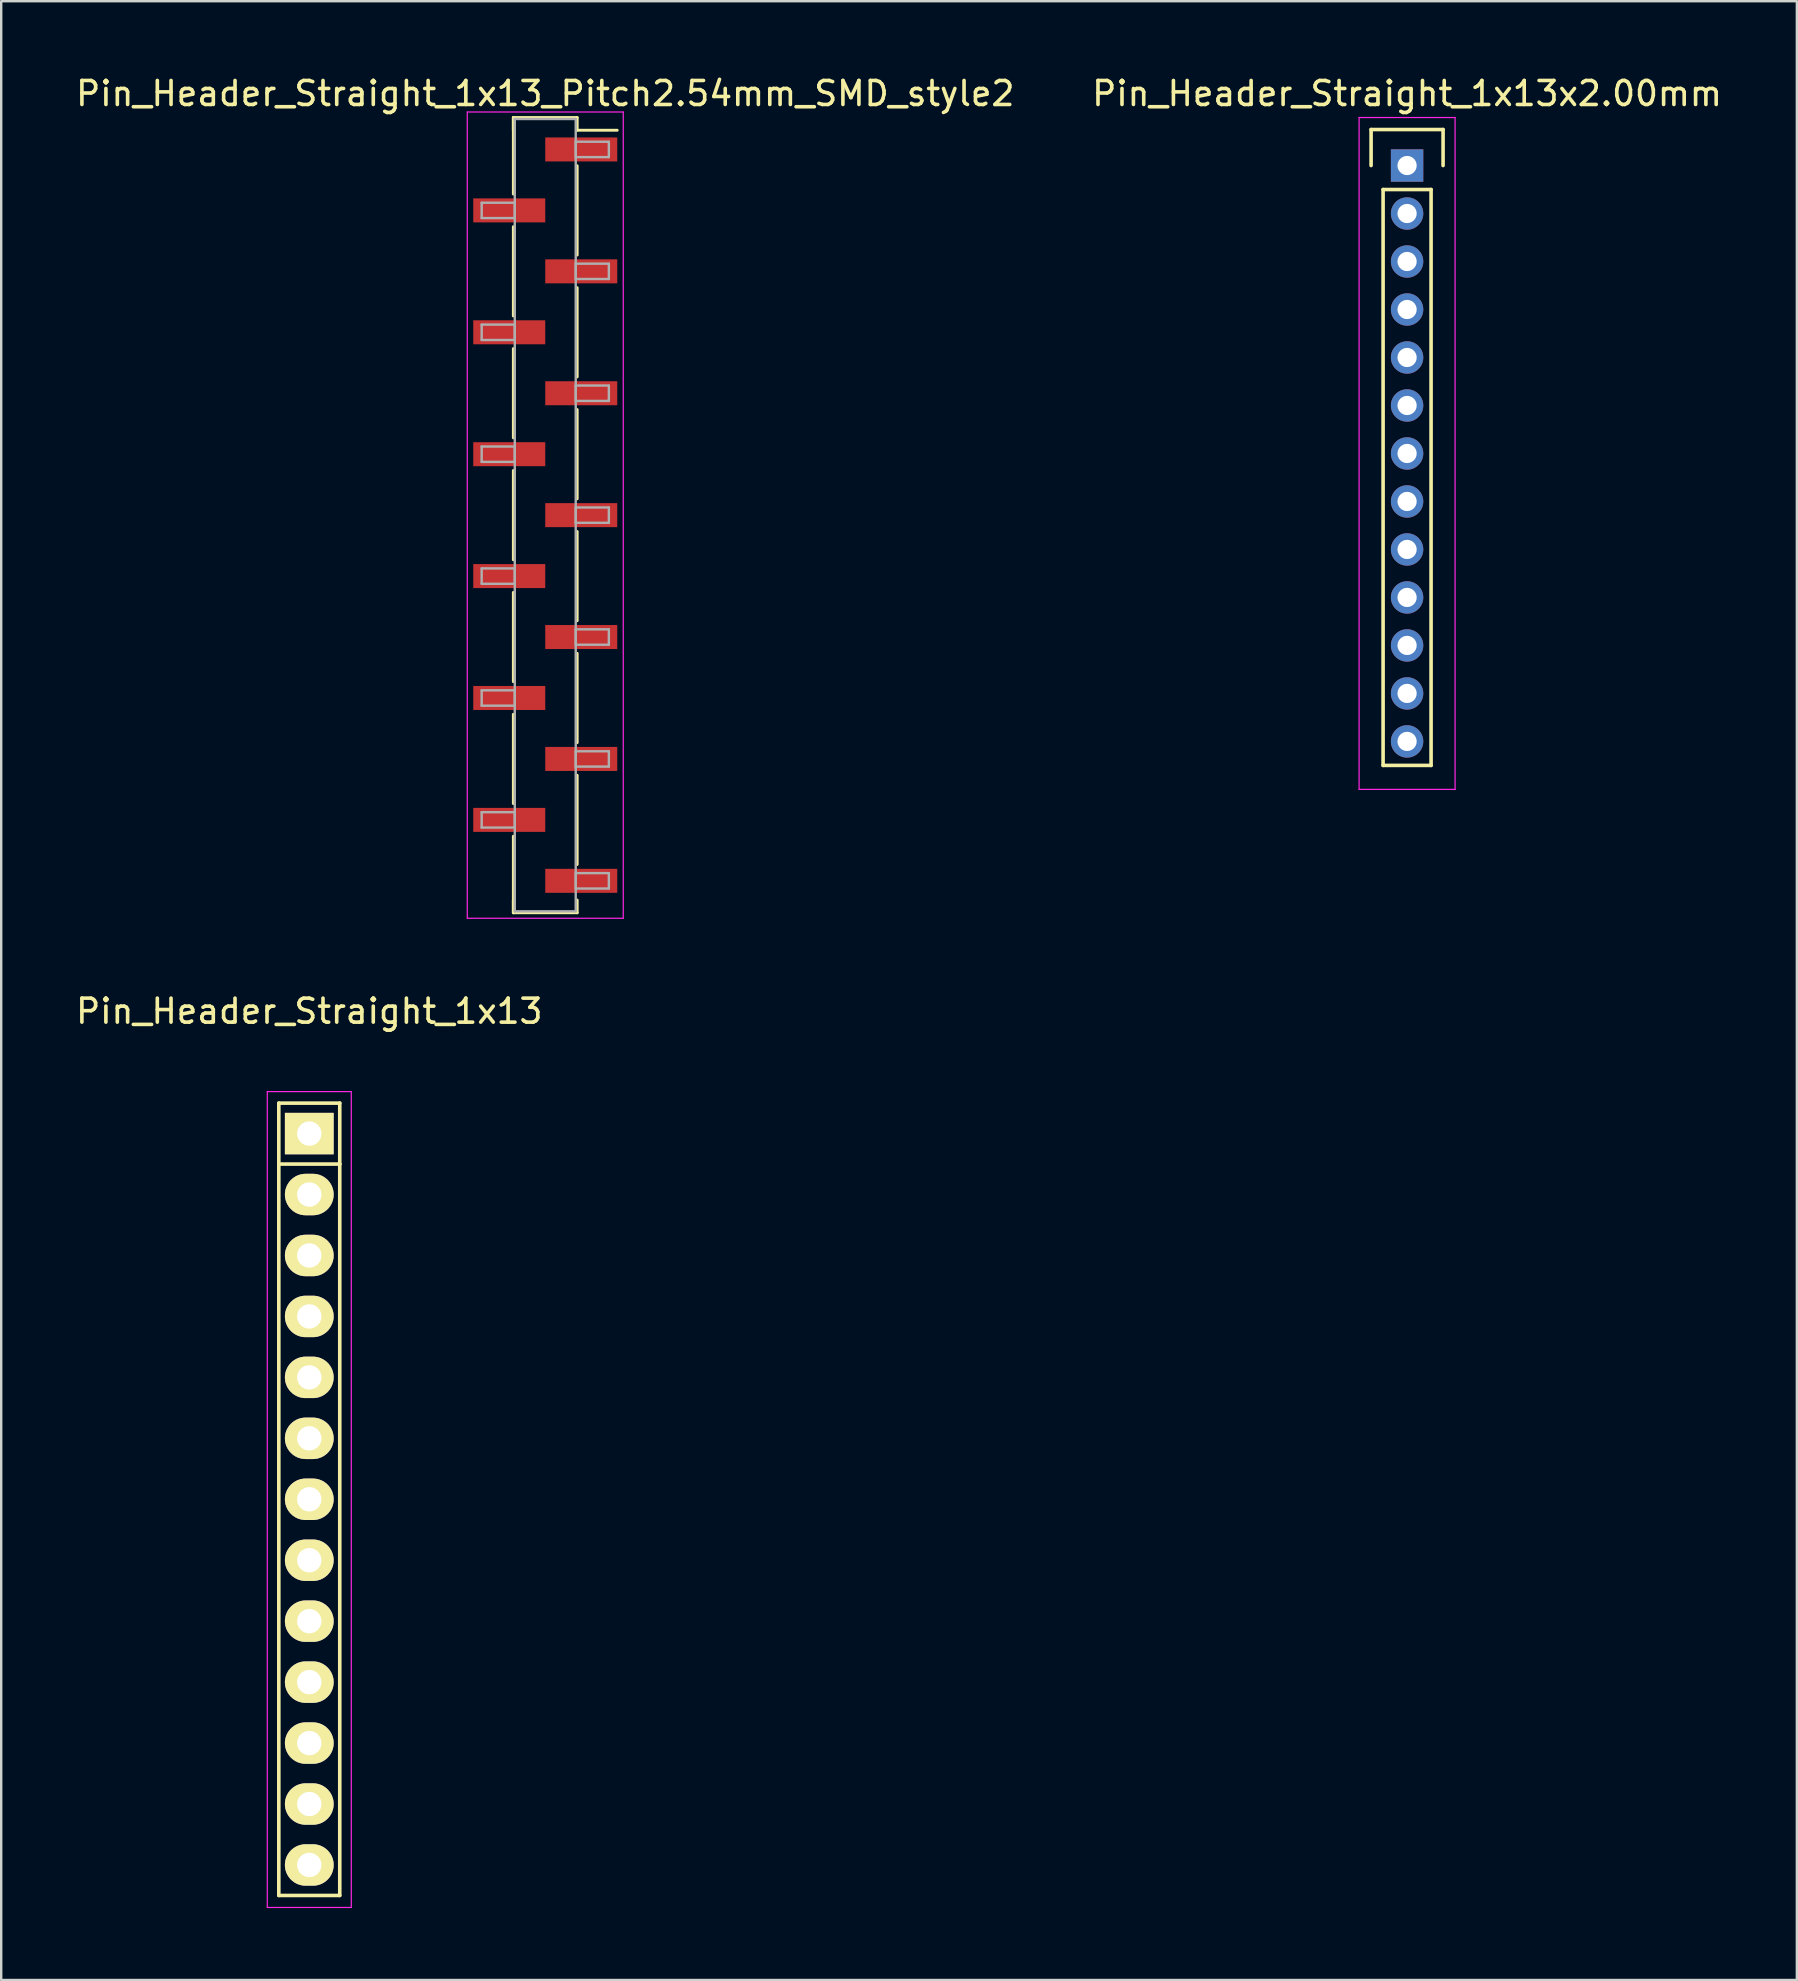
<source format=kicad_pcb>
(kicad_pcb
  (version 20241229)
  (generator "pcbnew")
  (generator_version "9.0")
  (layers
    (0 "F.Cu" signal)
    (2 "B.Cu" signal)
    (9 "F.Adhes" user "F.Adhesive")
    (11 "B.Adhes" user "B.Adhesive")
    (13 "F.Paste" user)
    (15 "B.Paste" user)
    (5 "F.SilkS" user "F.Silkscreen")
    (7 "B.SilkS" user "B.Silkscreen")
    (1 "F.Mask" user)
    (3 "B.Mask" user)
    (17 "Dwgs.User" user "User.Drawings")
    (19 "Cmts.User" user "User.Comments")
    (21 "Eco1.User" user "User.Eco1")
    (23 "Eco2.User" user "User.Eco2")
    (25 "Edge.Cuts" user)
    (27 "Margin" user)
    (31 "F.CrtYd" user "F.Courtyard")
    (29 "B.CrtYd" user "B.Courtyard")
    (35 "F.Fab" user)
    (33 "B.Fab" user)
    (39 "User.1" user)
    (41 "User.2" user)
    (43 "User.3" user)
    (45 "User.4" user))
  (footprint "Pin_Header_Straight_1x13x2.00mm"
    (layer "F.Cu")
    (at 55.589 3.848)
    (property "Reference" "Pin_Header_Straight_1x13x2.00mm" (at 0 -3 0) (layer "F.SilkS") (effects (font (size 1 1) (thickness 0.15))))
    (attr through_hole)
    (fp_line (start -1.5 -1.5) (end 1.5 -1.5) (stroke (width 0.15) (type solid)) (layer "F.SilkS"))
    (fp_line (start -1.5 0) (end -1.5 -1.5) (stroke (width 0.15) (type solid)) (layer "F.SilkS"))
    (fp_line (start -1 1) (end 1 1) (stroke (width 0.15) (type solid)) (layer "F.SilkS"))
    (fp_line (start -1 25) (end -1 1) (stroke (width 0.15) (type solid)) (layer "F.SilkS"))
    (fp_line (start 1 1) (end 1 25) (stroke (width 0.15) (type solid)) (layer "F.SilkS"))
    (fp_line (start 1 25) (end -1 25) (stroke (width 0.15) (type solid)) (layer "F.SilkS"))
    (fp_line (start 1.5 -1.5) (end 1.5 0) (stroke (width 0.15) (type solid)) (layer "F.SilkS"))
    (fp_line (start -2 -2) (end 2 -2) (stroke (width 0.05) (type solid)) (layer "F.CrtYd"))
    (fp_line (start -2 26) (end -2 -2) (stroke (width 0.05) (type solid)) (layer "F.CrtYd"))
    (fp_line (start 2 -2) (end 2 26) (stroke (width 0.05) (type solid)) (layer "F.CrtYd"))
    (fp_line (start 2 26) (end -2 26) (stroke (width 0.05) (type solid)) (layer "F.CrtYd"))
    (pad "1" thru_hole rect (at 0 0) (size 1.35 1.35) (drill 0.8) (layers "*.Cu" "*.Mask"))
    (pad "2" thru_hole circle (at 0 2) (size 1.35 1.35) (drill 0.8) (layers "*.Cu" "*.Mask"))
    (pad "3" thru_hole circle (at 0 4) (size 1.35 1.35) (drill 0.8) (layers "*.Cu" "*.Mask"))
    (pad "4" thru_hole circle (at 0 6) (size 1.35 1.35) (drill 0.8) (layers "*.Cu" "*.Mask"))
    (pad "5" thru_hole circle (at 0 8) (size 1.35 1.35) (drill 0.8) (layers "*.Cu" "*.Mask"))
    (pad "6" thru_hole circle (at 0 10) (size 1.35 1.35) (drill 0.8) (layers "*.Cu" "*.Mask"))
    (pad "7" thru_hole circle (at 0 12) (size 1.35 1.35) (drill 0.8) (layers "*.Cu" "*.Mask"))
    (pad "8" thru_hole circle (at 0 14) (size 1.35 1.35) (drill 0.8) (layers "*.Cu" "*.Mask"))
    (pad "9" thru_hole circle (at 0 16) (size 1.35 1.35) (drill 0.8) (layers "*.Cu" "*.Mask"))
    (pad "10" thru_hole circle (at 0 18) (size 1.35 1.35) (drill 0.8) (layers "*.Cu" "*.Mask"))
    (pad "11" thru_hole circle (at 0 20) (size 1.35 1.35) (drill 0.8) (layers "*.Cu" "*.Mask"))
    (pad "12" thru_hole circle (at 0 22) (size 1.35 1.35) (drill 0.8) (layers "*.Cu" "*.Mask"))
    (pad "13" thru_hole circle (at 0 24) (size 1.35 1.35) (drill 0.8) (layers "*.Cu" "*.Mask")))
  (footprint "Pin_Header_Straight_1x13"
    (layer "F.Cu")
    (at 9.839 44.191)
    (property "Reference" "Pin_Header_Straight_1x13" (at 0 -5.1 0) (layer "F.SilkS") (effects (font (size 1 1) (thickness 0.15))))
    (attr through_hole)
    (fp_line (start -1.27 -1.27) (end -1.27 1.27) (stroke (width 0.15) (type solid)) (layer "F.SilkS"))
    (fp_line (start -1.27 1.27) (end -1.27 31.75) (stroke (width 0.15) (type solid)) (layer "F.SilkS"))
    (fp_line (start -1.27 31.75) (end 1.27 31.75) (stroke (width 0.15) (type solid)) (layer "F.SilkS"))
    (fp_line (start 1.27 -1.27) (end -1.27 -1.27) (stroke (width 0.15) (type solid)) (layer "F.SilkS"))
    (fp_line (start 1.27 -1.27) (end 1.27 1.27) (stroke (width 0.15) (type solid)) (layer "F.SilkS"))
    (fp_line (start 1.27 1.27) (end -1.27 1.27) (stroke (width 0.15) (type solid)) (layer "F.SilkS"))
    (fp_line (start 1.27 31.75) (end 1.27 1.27) (stroke (width 0.15) (type solid)) (layer "F.SilkS"))
    (fp_line (start -1.75 -1.75) (end -1.75 32.25) (stroke (width 0.05) (type solid)) (layer "F.CrtYd"))
    (fp_line (start -1.75 -1.75) (end 1.75 -1.75) (stroke (width 0.05) (type solid)) (layer "F.CrtYd"))
    (fp_line (start -1.75 32.25) (end 1.75 32.25) (stroke (width 0.05) (type solid)) (layer "F.CrtYd"))
    (fp_line (start 1.75 -1.75) (end 1.75 32.25) (stroke (width 0.05) (type solid)) (layer "F.CrtYd"))
    (pad "1" thru_hole rect (at 0 0) (size 2.032 1.727) (drill 1.016) (layers "*.Cu" "*.Mask" "F.SilkS"))
    (pad "2" thru_hole oval (at 0 2.54) (size 2.032 1.727) (drill 1.016) (layers "*.Cu" "*.Mask" "F.SilkS"))
    (pad "3" thru_hole oval (at 0 5.08) (size 2.032 1.727) (drill 1.016) (layers "*.Cu" "*.Mask" "F.SilkS"))
    (pad "4" thru_hole oval (at 0 7.62) (size 2.032 1.727) (drill 1.016) (layers "*.Cu" "*.Mask" "F.SilkS"))
    (pad "5" thru_hole oval (at 0 10.16) (size 2.032 1.727) (drill 1.016) (layers "*.Cu" "*.Mask" "F.SilkS"))
    (pad "6" thru_hole oval (at 0 12.7) (size 2.032 1.727) (drill 1.016) (layers "*.Cu" "*.Mask" "F.SilkS"))
    (pad "7" thru_hole oval (at 0 15.24) (size 2.032 1.727) (drill 1.016) (layers "*.Cu" "*.Mask" "F.SilkS"))
    (pad "8" thru_hole oval (at 0 17.78) (size 2.032 1.727) (drill 1.016) (layers "*.Cu" "*.Mask" "F.SilkS"))
    (pad "9" thru_hole oval (at 0 20.32) (size 2.032 1.727) (drill 1.016) (layers "*.Cu" "*.Mask" "F.SilkS"))
    (pad "10" thru_hole oval (at 0 22.86) (size 2.032 1.727) (drill 1.016) (layers "*.Cu" "*.Mask" "F.SilkS"))
    (pad "11" thru_hole oval (at 0 25.4) (size 2.032 1.727) (drill 1.016) (layers "*.Cu" "*.Mask" "F.SilkS"))
    (pad "12" thru_hole oval (at 0 27.94) (size 2.032 1.727) (drill 1.016) (layers "*.Cu" "*.Mask" "F.SilkS"))
    (pad "13" thru_hole oval (at 0 30.48) (size 2.032 1.727) (drill 1.016) (layers "*.Cu" "*.Mask" "F.SilkS")))
  (footprint "Pin_Header_Straight_1x13_Pitch2.54mm_SMD_style2"
    (layer "F.Cu")
    (at 19.673 18.418)
    (property "Reference" "Pin_Header_Straight_1x13_Pitch2.54mm_SMD_style2" (at 0 -17.57 0) (layer "F.SilkS") (effects (font (size 1 1) (thickness 0.15))))
    (attr smd)
    (fp_line (start -1.33 -16.57) (end -1.33 -13.38) (stroke (width 0.12) (type solid)) (layer "F.SilkS"))
    (fp_line (start -1.33 -16.57) (end 1.33 -16.57) (stroke (width 0.12) (type solid)) (layer "F.SilkS"))
    (fp_line (start -1.33 -16.04) (end -1.33 -16.57) (stroke (width 0.12) (type solid)) (layer "F.SilkS"))
    (fp_line (start -1.33 -12.02) (end -1.33 -8.3) (stroke (width 0.12) (type solid)) (layer "F.SilkS"))
    (fp_line (start -1.33 -6.94) (end -1.33 -3.22) (stroke (width 0.12) (type solid)) (layer "F.SilkS"))
    (fp_line (start -1.33 -1.86) (end -1.33 1.86) (stroke (width 0.12) (type solid)) (layer "F.SilkS"))
    (fp_line (start -1.33 3.22) (end -1.33 6.94) (stroke (width 0.12) (type solid)) (layer "F.SilkS"))
    (fp_line (start -1.33 8.3) (end -1.33 12.02) (stroke (width 0.12) (type solid)) (layer "F.SilkS"))
    (fp_line (start -1.33 13.38) (end -1.33 16.57) (stroke (width 0.12) (type solid)) (layer "F.SilkS"))
    (fp_line (start -1.33 16.04) (end -1.33 16.57) (stroke (width 0.12) (type solid)) (layer "F.SilkS"))
    (fp_line (start -1.33 16.57) (end 1.33 16.57) (stroke (width 0.12) (type solid)) (layer "F.SilkS"))
    (fp_line (start 1.33 -16.57) (end 1.33 -16.04) (stroke (width 0.12) (type solid)) (layer "F.SilkS"))
    (fp_line (start 1.33 -16.04) (end 3 -16.04) (stroke (width 0.12) (type solid)) (layer "F.SilkS"))
    (fp_line (start 1.33 -14.56) (end 1.33 -10.84) (stroke (width 0.12) (type solid)) (layer "F.SilkS"))
    (fp_line (start 1.33 -9.48) (end 1.33 -5.76) (stroke (width 0.12) (type solid)) (layer "F.SilkS"))
    (fp_line (start 1.33 -4.4) (end 1.33 -0.68) (stroke (width 0.12) (type solid)) (layer "F.SilkS"))
    (fp_line (start 1.33 0.68) (end 1.33 4.4) (stroke (width 0.12) (type solid)) (layer "F.SilkS"))
    (fp_line (start 1.33 5.76) (end 1.33 9.48) (stroke (width 0.12) (type solid)) (layer "F.SilkS"))
    (fp_line (start 1.33 10.84) (end 1.33 14.56) (stroke (width 0.12) (type solid)) (layer "F.SilkS"))
    (fp_line (start 1.33 16.57) (end 1.33 16.04) (stroke (width 0.12) (type solid)) (layer "F.SilkS"))
    (fp_line (start -3.25 -16.8) (end -3.25 16.8) (stroke (width 0.05) (type solid)) (layer "F.CrtYd"))
    (fp_line (start -3.25 16.8) (end 3.25 16.8) (stroke (width 0.05) (type solid)) (layer "F.CrtYd"))
    (fp_line (start 3.25 -16.8) (end -3.25 -16.8) (stroke (width 0.05) (type solid)) (layer "F.CrtYd"))
    (fp_line (start 3.25 16.8) (end 3.25 -16.8) (stroke (width 0.05) (type solid)) (layer "F.CrtYd"))
    (fp_line (start -2.65 -13.02) (end -1.27 -13.02) (stroke (width 0.1) (type solid)) (layer "F.Fab"))
    (fp_line (start -2.65 -12.38) (end -2.65 -13.02) (stroke (width 0.1) (type solid)) (layer "F.Fab"))
    (fp_line (start -2.65 -7.94) (end -1.27 -7.94) (stroke (width 0.1) (type solid)) (layer "F.Fab"))
    (fp_line (start -2.65 -7.3) (end -2.65 -7.94) (stroke (width 0.1) (type solid)) (layer "F.Fab"))
    (fp_line (start -2.65 -2.86) (end -1.27 -2.86) (stroke (width 0.1) (type solid)) (layer "F.Fab"))
    (fp_line (start -2.65 -2.22) (end -2.65 -2.86) (stroke (width 0.1) (type solid)) (layer "F.Fab"))
    (fp_line (start -2.65 2.22) (end -1.27 2.22) (stroke (width 0.1) (type solid)) (layer "F.Fab"))
    (fp_line (start -2.65 2.86) (end -2.65 2.22) (stroke (width 0.1) (type solid)) (layer "F.Fab"))
    (fp_line (start -2.65 7.3) (end -1.27 7.3) (stroke (width 0.1) (type solid)) (layer "F.Fab"))
    (fp_line (start -2.65 7.94) (end -2.65 7.3) (stroke (width 0.1) (type solid)) (layer "F.Fab"))
    (fp_line (start -2.65 12.38) (end -1.27 12.38) (stroke (width 0.1) (type solid)) (layer "F.Fab"))
    (fp_line (start -2.65 13.02) (end -2.65 12.38) (stroke (width 0.1) (type solid)) (layer "F.Fab"))
    (fp_line (start -1.27 -16.51) (end -1.27 16.51) (stroke (width 0.1) (type solid)) (layer "F.Fab"))
    (fp_line (start -1.27 -13.02) (end -1.27 -12.38) (stroke (width 0.1) (type solid)) (layer "F.Fab"))
    (fp_line (start -1.27 -12.38) (end -2.65 -12.38) (stroke (width 0.1) (type solid)) (layer "F.Fab"))
    (fp_line (start -1.27 -7.94) (end -1.27 -7.3) (stroke (width 0.1) (type solid)) (layer "F.Fab"))
    (fp_line (start -1.27 -7.3) (end -2.65 -7.3) (stroke (width 0.1) (type solid)) (layer "F.Fab"))
    (fp_line (start -1.27 -2.86) (end -1.27 -2.22) (stroke (width 0.1) (type solid)) (layer "F.Fab"))
    (fp_line (start -1.27 -2.22) (end -2.65 -2.22) (stroke (width 0.1) (type solid)) (layer "F.Fab"))
    (fp_line (start -1.27 2.22) (end -1.27 2.86) (stroke (width 0.1) (type solid)) (layer "F.Fab"))
    (fp_line (start -1.27 2.86) (end -2.65 2.86) (stroke (width 0.1) (type solid)) (layer "F.Fab"))
    (fp_line (start -1.27 7.3) (end -1.27 7.94) (stroke (width 0.1) (type solid)) (layer "F.Fab"))
    (fp_line (start -1.27 7.94) (end -2.65 7.94) (stroke (width 0.1) (type solid)) (layer "F.Fab"))
    (fp_line (start -1.27 12.38) (end -1.27 13.02) (stroke (width 0.1) (type solid)) (layer "F.Fab"))
    (fp_line (start -1.27 13.02) (end -2.65 13.02) (stroke (width 0.1) (type solid)) (layer "F.Fab"))
    (fp_line (start -1.27 16.51) (end 1.27 16.51) (stroke (width 0.1) (type solid)) (layer "F.Fab"))
    (fp_line (start 1.27 -16.51) (end -1.27 -16.51) (stroke (width 0.1) (type solid)) (layer "F.Fab"))
    (fp_line (start 1.27 -15.56) (end 1.27 -14.92) (stroke (width 0.1) (type solid)) (layer "F.Fab"))
    (fp_line (start 1.27 -14.92) (end 2.65 -14.92) (stroke (width 0.1) (type solid)) (layer "F.Fab"))
    (fp_line (start 1.27 -10.48) (end 1.27 -9.84) (stroke (width 0.1) (type solid)) (layer "F.Fab"))
    (fp_line (start 1.27 -9.84) (end 2.65 -9.84) (stroke (width 0.1) (type solid)) (layer "F.Fab"))
    (fp_line (start 1.27 -5.4) (end 1.27 -4.76) (stroke (width 0.1) (type solid)) (layer "F.Fab"))
    (fp_line (start 1.27 -4.76) (end 2.65 -4.76) (stroke (width 0.1) (type solid)) (layer "F.Fab"))
    (fp_line (start 1.27 -0.32) (end 1.27 0.32) (stroke (width 0.1) (type solid)) (layer "F.Fab"))
    (fp_line (start 1.27 0.32) (end 2.65 0.32) (stroke (width 0.1) (type solid)) (layer "F.Fab"))
    (fp_line (start 1.27 4.76) (end 1.27 5.4) (stroke (width 0.1) (type solid)) (layer "F.Fab"))
    (fp_line (start 1.27 5.4) (end 2.65 5.4) (stroke (width 0.1) (type solid)) (layer "F.Fab"))
    (fp_line (start 1.27 9.84) (end 1.27 10.48) (stroke (width 0.1) (type solid)) (layer "F.Fab"))
    (fp_line (start 1.27 10.48) (end 2.65 10.48) (stroke (width 0.1) (type solid)) (layer "F.Fab"))
    (fp_line (start 1.27 14.92) (end 1.27 15.56) (stroke (width 0.1) (type solid)) (layer "F.Fab"))
    (fp_line (start 1.27 15.56) (end 2.65 15.56) (stroke (width 0.1) (type solid)) (layer "F.Fab"))
    (fp_line (start 1.27 16.51) (end 1.27 -16.51) (stroke (width 0.1) (type solid)) (layer "F.Fab"))
    (fp_line (start 2.65 -15.56) (end 1.27 -15.56) (stroke (width 0.1) (type solid)) (layer "F.Fab"))
    (fp_line (start 2.65 -14.92) (end 2.65 -15.56) (stroke (width 0.1) (type solid)) (layer "F.Fab"))
    (fp_line (start 2.65 -10.48) (end 1.27 -10.48) (stroke (width 0.1) (type solid)) (layer "F.Fab"))
    (fp_line (start 2.65 -9.84) (end 2.65 -10.48) (stroke (width 0.1) (type solid)) (layer "F.Fab"))
    (fp_line (start 2.65 -5.4) (end 1.27 -5.4) (stroke (width 0.1) (type solid)) (layer "F.Fab"))
    (fp_line (start 2.65 -4.76) (end 2.65 -5.4) (stroke (width 0.1) (type solid)) (layer "F.Fab"))
    (fp_line (start 2.65 -0.32) (end 1.27 -0.32) (stroke (width 0.1) (type solid)) (layer "F.Fab"))
    (fp_line (start 2.65 0.32) (end 2.65 -0.32) (stroke (width 0.1) (type solid)) (layer "F.Fab"))
    (fp_line (start 2.65 4.76) (end 1.27 4.76) (stroke (width 0.1) (type solid)) (layer "F.Fab"))
    (fp_line (start 2.65 5.4) (end 2.65 4.76) (stroke (width 0.1) (type solid)) (layer "F.Fab"))
    (fp_line (start 2.65 9.84) (end 1.27 9.84) (stroke (width 0.1) (type solid)) (layer "F.Fab"))
    (fp_line (start 2.65 10.48) (end 2.65 9.84) (stroke (width 0.1) (type solid)) (layer "F.Fab"))
    (fp_line (start 2.65 14.92) (end 1.27 14.92) (stroke (width 0.1) (type solid)) (layer "F.Fab"))
    (fp_line (start 2.65 15.56) (end 2.65 14.92) (stroke (width 0.1) (type solid)) (layer "F.Fab"))
    (pad "1" smd rect (at 1.5 -15.24) (size 3 1) (layers "F.Cu" "F.Mask"))
    (pad "2" smd rect (at -1.5 -12.7) (size 3 1) (layers "F.Cu" "F.Mask"))
    (pad "3" smd rect (at 1.5 -10.16) (size 3 1) (layers "F.Cu" "F.Mask"))
    (pad "4" smd rect (at -1.5 -7.62) (size 3 1) (layers "F.Cu" "F.Mask"))
    (pad "5" smd rect (at 1.5 -5.08) (size 3 1) (layers "F.Cu" "F.Mask"))
    (pad "6" smd rect (at -1.5 -2.54) (size 3 1) (layers "F.Cu" "F.Mask"))
    (pad "7" smd rect (at 1.5 0) (size 3 1) (layers "F.Cu" "F.Mask"))
    (pad "8" smd rect (at -1.5 2.54) (size 3 1) (layers "F.Cu" "F.Mask"))
    (pad "9" smd rect (at 1.5 5.08) (size 3 1) (layers "F.Cu" "F.Mask"))
    (pad "10" smd rect (at -1.5 7.62) (size 3 1) (layers "F.Cu" "F.Mask"))
    (pad "11" smd rect (at 1.5 10.16) (size 3 1) (layers "F.Cu" "F.Mask"))
    (pad "12" smd rect (at -1.5 12.7) (size 3 1) (layers "F.Cu" "F.Mask"))
    (pad "13" smd rect (at 1.5 15.24) (size 3 1) (layers "F.Cu" "F.Mask")))
  (gr_rect
    (start -3 -3)
    (end 71.833 79.466)
    (stroke (width 0.1) (type default))
    (fill no)
    (layer "Edge.Cuts")))
</source>
